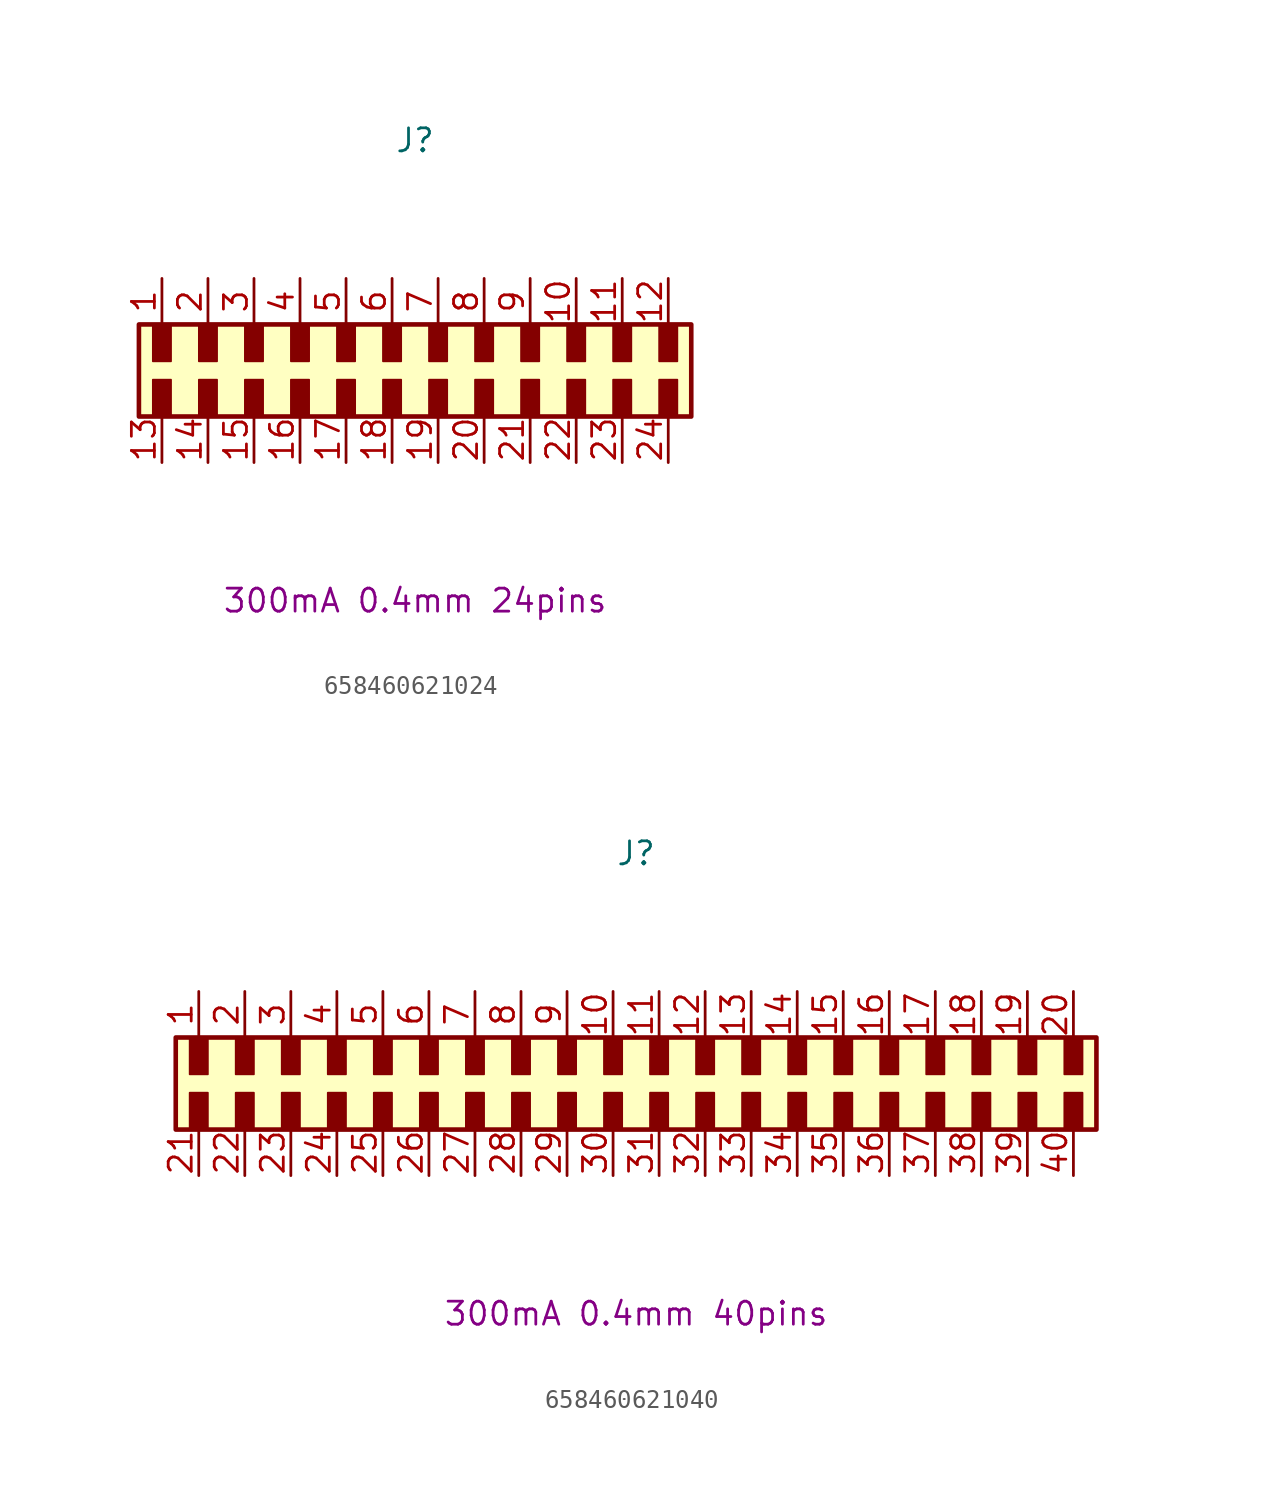
<source format=kicad_sym>
(kicad_symbol_lib
  (version 20241209)
  (generator "kicad_symbol_editor")
  (generator_version "9.0")
  (symbol "658460621024"
    (pin_names
      (hide yes))
    (property "Reference" "J"
      (at 0 12.7 0)
      (effects (font (size 1.27 1.27))))
    (property "Critical Parameter" "300mA 0.4mm 24pins"
      (at 0 -12.7 0)
      (effects (font (size 1.27 1.27))))
    (symbol "658460621024_0_1"
      (rectangle (start -15.24 2.54) (end 15.24 -2.54) (stroke (width 0.254) (type default)) (fill (type background)))
      (rectangle (start -14.47 0.508) (end -13.47 2.54) (stroke (width 0.1) (type default)) (fill (type outline)))
      (rectangle (start -14.47 -0.508) (end -13.47 -2.54) (stroke (width 0.1) (type default)) (fill (type outline)))
      (rectangle (start -11.93 0.508) (end -10.93 2.54) (stroke (width 0.1) (type default)) (fill (type outline)))
      (rectangle (start -11.93 -0.508) (end -10.93 -2.54) (stroke (width 0.1) (type default)) (fill (type outline)))
      (rectangle (start -9.39 0.508) (end -8.39 2.54) (stroke (width 0.1) (type default)) (fill (type outline)))
      (rectangle (start -9.39 -0.508) (end -8.39 -2.54) (stroke (width 0.1) (type default)) (fill (type outline)))
      (rectangle (start -6.85 0.508) (end -5.85 2.54) (stroke (width 0.1) (type default)) (fill (type outline)))
      (rectangle (start -6.85 -0.508) (end -5.85 -2.54) (stroke (width 0.1) (type default)) (fill (type outline)))
      (rectangle (start -4.31 0.508) (end -3.31 2.54) (stroke (width 0.1) (type default)) (fill (type outline)))
      (rectangle (start -4.31 -0.508) (end -3.31 -2.54) (stroke (width 0.1) (type default)) (fill (type outline)))
      (rectangle (start -1.77 0.508) (end -0.77 2.54) (stroke (width 0.1) (type default)) (fill (type outline)))
      (rectangle (start -1.77 -0.508) (end -0.77 -2.54) (stroke (width 0.1) (type default)) (fill (type outline)))
      (rectangle (start 0.77 0.508) (end 1.77 2.54) (stroke (width 0.1) (type default)) (fill (type outline)))
      (rectangle (start 0.77 -0.508) (end 1.77 -2.54) (stroke (width 0.1) (type default)) (fill (type outline)))
      (rectangle (start 3.31 0.508) (end 4.31 2.54) (stroke (width 0.1) (type default)) (fill (type outline)))
      (rectangle (start 3.31 -0.508) (end 4.31 -2.54) (stroke (width 0.1) (type default)) (fill (type outline)))
      (rectangle (start 5.85 0.508) (end 6.85 2.54) (stroke (width 0.1) (type default)) (fill (type outline)))
      (rectangle (start 5.85 -0.508) (end 6.85 -2.54) (stroke (width 0.1) (type default)) (fill (type outline)))
      (rectangle (start 8.39 0.508) (end 9.39 2.54) (stroke (width 0.1) (type default)) (fill (type outline)))
      (rectangle (start 8.39 -0.508) (end 9.39 -2.54) (stroke (width 0.1) (type default)) (fill (type outline)))
      (rectangle (start 10.93 0.508) (end 11.93 2.54) (stroke (width 0.1) (type default)) (fill (type outline)))
      (rectangle (start 10.93 -0.508) (end 11.93 -2.54) (stroke (width 0.1) (type default)) (fill (type outline)))
      (rectangle (start 13.47 0.508) (end 14.47 2.54) (stroke (width 0.1) (type default)) (fill (type outline)))
      (rectangle (start 13.47 -0.508) (end 14.47 -2.54) (stroke (width 0.1) (type default)) (fill (type outline))))
    (symbol "658460621024_1_1"
      (pin passive line (at -13.97 5.08 270) (length 2.54) (name "1" (effects (font (size 1.27 1.27)))) (number "1" (effects (font (size 1.27 1.27)))))
      (pin passive line (at -13.97 -5.08 90) (length 2.54) (name "13" (effects (font (size 1.27 1.27)))) (number "13" (effects (font (size 1.27 1.27)))))
      (pin passive line (at -11.43 5.08 270) (length 2.54) (name "2" (effects (font (size 1.27 1.27)))) (number "2" (effects (font (size 1.27 1.27)))))
      (pin passive line (at -11.43 -5.08 90) (length 2.54) (name "14" (effects (font (size 1.27 1.27)))) (number "14" (effects (font (size 1.27 1.27)))))
      (pin passive line (at -8.89 5.08 270) (length 2.54) (name "3" (effects (font (size 1.27 1.27)))) (number "3" (effects (font (size 1.27 1.27)))))
      (pin passive line (at -8.89 -5.08 90) (length 2.54) (name "15" (effects (font (size 1.27 1.27)))) (number "15" (effects (font (size 1.27 1.27)))))
      (pin passive line (at -6.35 5.08 270) (length 2.54) (name "4" (effects (font (size 1.27 1.27)))) (number "4" (effects (font (size 1.27 1.27)))))
      (pin passive line (at -6.35 -5.08 90) (length 2.54) (name "16" (effects (font (size 1.27 1.27)))) (number "16" (effects (font (size 1.27 1.27)))))
      (pin passive line (at -3.81 5.08 270) (length 2.54) (name "5" (effects (font (size 1.27 1.27)))) (number "5" (effects (font (size 1.27 1.27)))))
      (pin passive line (at -3.81 -5.08 90) (length 2.54) (name "17" (effects (font (size 1.27 1.27)))) (number "17" (effects (font (size 1.27 1.27)))))
      (pin passive line (at -1.27 5.08 270) (length 2.54) (name "6" (effects (font (size 1.27 1.27)))) (number "6" (effects (font (size 1.27 1.27)))))
      (pin passive line (at -1.27 -5.08 90) (length 2.54) (name "18" (effects (font (size 1.27 1.27)))) (number "18" (effects (font (size 1.27 1.27)))))
      (pin passive line (at 1.27 5.08 270) (length 2.54) (name "7" (effects (font (size 1.27 1.27)))) (number "7" (effects (font (size 1.27 1.27)))))
      (pin passive line (at 1.27 -5.08 90) (length 2.54) (name "19" (effects (font (size 1.27 1.27)))) (number "19" (effects (font (size 1.27 1.27)))))
      (pin passive line (at 3.81 5.08 270) (length 2.54) (name "8" (effects (font (size 1.27 1.27)))) (number "8" (effects (font (size 1.27 1.27)))))
      (pin passive line (at 3.81 -5.08 90) (length 2.54) (name "20" (effects (font (size 1.27 1.27)))) (number "20" (effects (font (size 1.27 1.27)))))
      (pin passive line (at 6.35 5.08 270) (length 2.54) (name "9" (effects (font (size 1.27 1.27)))) (number "9" (effects (font (size 1.27 1.27)))))
      (pin passive line (at 6.35 -5.08 90) (length 2.54) (name "21" (effects (font (size 1.27 1.27)))) (number "21" (effects (font (size 1.27 1.27)))))
      (pin passive line (at 8.89 5.08 270) (length 2.54) (name "10" (effects (font (size 1.27 1.27)))) (number "10" (effects (font (size 1.27 1.27)))))
      (pin passive line (at 8.89 -5.08 90) (length 2.54) (name "22" (effects (font (size 1.27 1.27)))) (number "22" (effects (font (size 1.27 1.27)))))
      (pin passive line (at 11.43 5.08 270) (length 2.54) (name "11" (effects (font (size 1.27 1.27)))) (number "11" (effects (font (size 1.27 1.27)))))
      (pin passive line (at 11.43 -5.08 90) (length 2.54) (name "23" (effects (font (size 1.27 1.27)))) (number "23" (effects (font (size 1.27 1.27)))))
      (pin passive line (at 13.97 5.08 270) (length 2.54) (name "12" (effects (font (size 1.27 1.27)))) (number "12" (effects (font (size 1.27 1.27)))))
      (pin passive line (at 13.97 -5.08 90) (length 2.54) (name "24" (effects (font (size 1.27 1.27)))) (number "24" (effects (font (size 1.27 1.27)))))))
  (symbol "658460621040"
    (pin_names
      (hide yes))
    (property "Reference" "J"
      (at 0 12.7 0)
      (effects (font (size 1.27 1.27))))
    (property "Critical Parameter" "300mA 0.4mm 40pins"
      (at 0 -12.7 0)
      (effects (font (size 1.27 1.27))))
    (symbol "658460621040_0_1"
      (rectangle (start -25.4 2.54) (end 25.4 -2.54) (stroke (width 0.254) (type default)) (fill (type background)))
      (rectangle (start -24.63 0.508) (end -23.63 2.54) (stroke (width 0.1) (type default)) (fill (type outline)))
      (rectangle (start -24.63 -0.508) (end -23.63 -2.54) (stroke (width 0.1) (type default)) (fill (type outline)))
      (rectangle (start -22.09 0.508) (end -21.09 2.54) (stroke (width 0.1) (type default)) (fill (type outline)))
      (rectangle (start -22.09 -0.508) (end -21.09 -2.54) (stroke (width 0.1) (type default)) (fill (type outline)))
      (rectangle (start -19.55 0.508) (end -18.55 2.54) (stroke (width 0.1) (type default)) (fill (type outline)))
      (rectangle (start -19.55 -0.508) (end -18.55 -2.54) (stroke (width 0.1) (type default)) (fill (type outline)))
      (rectangle (start -17.01 0.508) (end -16.01 2.54) (stroke (width 0.1) (type default)) (fill (type outline)))
      (rectangle (start -17.01 -0.508) (end -16.01 -2.54) (stroke (width 0.1) (type default)) (fill (type outline)))
      (rectangle (start -14.47 0.508) (end -13.47 2.54) (stroke (width 0.1) (type default)) (fill (type outline)))
      (rectangle (start -14.47 -0.508) (end -13.47 -2.54) (stroke (width 0.1) (type default)) (fill (type outline)))
      (rectangle (start -11.93 0.508) (end -10.93 2.54) (stroke (width 0.1) (type default)) (fill (type outline)))
      (rectangle (start -11.93 -0.508) (end -10.93 -2.54) (stroke (width 0.1) (type default)) (fill (type outline)))
      (rectangle (start -9.39 0.508) (end -8.39 2.54) (stroke (width 0.1) (type default)) (fill (type outline)))
      (rectangle (start -9.39 -0.508) (end -8.39 -2.54) (stroke (width 0.1) (type default)) (fill (type outline)))
      (rectangle (start -6.85 0.508) (end -5.85 2.54) (stroke (width 0.1) (type default)) (fill (type outline)))
      (rectangle (start -6.85 -0.508) (end -5.85 -2.54) (stroke (width 0.1) (type default)) (fill (type outline)))
      (rectangle (start -4.31 0.508) (end -3.31 2.54) (stroke (width 0.1) (type default)) (fill (type outline)))
      (rectangle (start -4.31 -0.508) (end -3.31 -2.54) (stroke (width 0.1) (type default)) (fill (type outline)))
      (rectangle (start -1.77 0.508) (end -0.77 2.54) (stroke (width 0.1) (type default)) (fill (type outline)))
      (rectangle (start -1.77 -0.508) (end -0.77 -2.54) (stroke (width 0.1) (type default)) (fill (type outline)))
      (rectangle (start 0.77 0.508) (end 1.77 2.54) (stroke (width 0.1) (type default)) (fill (type outline)))
      (rectangle (start 0.77 -0.508) (end 1.77 -2.54) (stroke (width 0.1) (type default)) (fill (type outline)))
      (rectangle (start 3.31 0.508) (end 4.31 2.54) (stroke (width 0.1) (type default)) (fill (type outline)))
      (rectangle (start 3.31 -0.508) (end 4.31 -2.54) (stroke (width 0.1) (type default)) (fill (type outline)))
      (rectangle (start 5.85 0.508) (end 6.85 2.54) (stroke (width 0.1) (type default)) (fill (type outline)))
      (rectangle (start 5.85 -0.508) (end 6.85 -2.54) (stroke (width 0.1) (type default)) (fill (type outline)))
      (rectangle (start 8.39 0.508) (end 9.39 2.54) (stroke (width 0.1) (type default)) (fill (type outline)))
      (rectangle (start 8.39 -0.508) (end 9.39 -2.54) (stroke (width 0.1) (type default)) (fill (type outline)))
      (rectangle (start 10.93 0.508) (end 11.93 2.54) (stroke (width 0.1) (type default)) (fill (type outline)))
      (rectangle (start 10.93 -0.508) (end 11.93 -2.54) (stroke (width 0.1) (type default)) (fill (type outline)))
      (rectangle (start 13.47 0.508) (end 14.47 2.54) (stroke (width 0.1) (type default)) (fill (type outline)))
      (rectangle (start 13.47 -0.508) (end 14.47 -2.54) (stroke (width 0.1) (type default)) (fill (type outline)))
      (rectangle (start 16.01 0.508) (end 17.01 2.54) (stroke (width 0.1) (type default)) (fill (type outline)))
      (rectangle (start 16.01 -0.508) (end 17.01 -2.54) (stroke (width 0.1) (type default)) (fill (type outline)))
      (rectangle (start 18.55 0.508) (end 19.55 2.54) (stroke (width 0.1) (type default)) (fill (type outline)))
      (rectangle (start 18.55 -0.508) (end 19.55 -2.54) (stroke (width 0.1) (type default)) (fill (type outline)))
      (rectangle (start 21.09 0.508) (end 22.09 2.54) (stroke (width 0.1) (type default)) (fill (type outline)))
      (rectangle (start 21.09 -0.508) (end 22.09 -2.54) (stroke (width 0.1) (type default)) (fill (type outline)))
      (rectangle (start 23.63 0.508) (end 24.63 2.54) (stroke (width 0.1) (type default)) (fill (type outline)))
      (rectangle (start 23.63 -0.508) (end 24.63 -2.54) (stroke (width 0.1) (type default)) (fill (type outline))))
    (symbol "658460621040_1_1"
      (pin passive line (at -24.13 5.08 270) (length 2.54) (name "1" (effects (font (size 1.27 1.27)))) (number "1" (effects (font (size 1.27 1.27)))))
      (pin passive line (at -24.13 -5.08 90) (length 2.54) (name "21" (effects (font (size 1.27 1.27)))) (number "21" (effects (font (size 1.27 1.27)))))
      (pin passive line (at -21.59 5.08 270) (length 2.54) (name "2" (effects (font (size 1.27 1.27)))) (number "2" (effects (font (size 1.27 1.27)))))
      (pin passive line (at -21.59 -5.08 90) (length 2.54) (name "22" (effects (font (size 1.27 1.27)))) (number "22" (effects (font (size 1.27 1.27)))))
      (pin passive line (at -19.05 5.08 270) (length 2.54) (name "3" (effects (font (size 1.27 1.27)))) (number "3" (effects (font (size 1.27 1.27)))))
      (pin passive line (at -19.05 -5.08 90) (length 2.54) (name "23" (effects (font (size 1.27 1.27)))) (number "23" (effects (font (size 1.27 1.27)))))
      (pin passive line (at -16.51 5.08 270) (length 2.54) (name "4" (effects (font (size 1.27 1.27)))) (number "4" (effects (font (size 1.27 1.27)))))
      (pin passive line (at -16.51 -5.08 90) (length 2.54) (name "24" (effects (font (size 1.27 1.27)))) (number "24" (effects (font (size 1.27 1.27)))))
      (pin passive line (at -13.97 5.08 270) (length 2.54) (name "5" (effects (font (size 1.27 1.27)))) (number "5" (effects (font (size 1.27 1.27)))))
      (pin passive line (at -13.97 -5.08 90) (length 2.54) (name "25" (effects (font (size 1.27 1.27)))) (number "25" (effects (font (size 1.27 1.27)))))
      (pin passive line (at -11.43 5.08 270) (length 2.54) (name "6" (effects (font (size 1.27 1.27)))) (number "6" (effects (font (size 1.27 1.27)))))
      (pin passive line (at -11.43 -5.08 90) (length 2.54) (name "26" (effects (font (size 1.27 1.27)))) (number "26" (effects (font (size 1.27 1.27)))))
      (pin passive line (at -8.89 5.08 270) (length 2.54) (name "7" (effects (font (size 1.27 1.27)))) (number "7" (effects (font (size 1.27 1.27)))))
      (pin passive line (at -8.89 -5.08 90) (length 2.54) (name "27" (effects (font (size 1.27 1.27)))) (number "27" (effects (font (size 1.27 1.27)))))
      (pin passive line (at -6.35 5.08 270) (length 2.54) (name "8" (effects (font (size 1.27 1.27)))) (number "8" (effects (font (size 1.27 1.27)))))
      (pin passive line (at -6.35 -5.08 90) (length 2.54) (name "28" (effects (font (size 1.27 1.27)))) (number "28" (effects (font (size 1.27 1.27)))))
      (pin passive line (at -3.81 5.08 270) (length 2.54) (name "9" (effects (font (size 1.27 1.27)))) (number "9" (effects (font (size 1.27 1.27)))))
      (pin passive line (at -3.81 -5.08 90) (length 2.54) (name "29" (effects (font (size 1.27 1.27)))) (number "29" (effects (font (size 1.27 1.27)))))
      (pin passive line (at -1.27 5.08 270) (length 2.54) (name "10" (effects (font (size 1.27 1.27)))) (number "10" (effects (font (size 1.27 1.27)))))
      (pin passive line (at -1.27 -5.08 90) (length 2.54) (name "30" (effects (font (size 1.27 1.27)))) (number "30" (effects (font (size 1.27 1.27)))))
      (pin passive line (at 1.27 5.08 270) (length 2.54) (name "11" (effects (font (size 1.27 1.27)))) (number "11" (effects (font (size 1.27 1.27)))))
      (pin passive line (at 1.27 -5.08 90) (length 2.54) (name "31" (effects (font (size 1.27 1.27)))) (number "31" (effects (font (size 1.27 1.27)))))
      (pin passive line (at 3.81 5.08 270) (length 2.54) (name "12" (effects (font (size 1.27 1.27)))) (number "12" (effects (font (size 1.27 1.27)))))
      (pin passive line (at 3.81 -5.08 90) (length 2.54) (name "32" (effects (font (size 1.27 1.27)))) (number "32" (effects (font (size 1.27 1.27)))))
      (pin passive line (at 6.35 5.08 270) (length 2.54) (name "13" (effects (font (size 1.27 1.27)))) (number "13" (effects (font (size 1.27 1.27)))))
      (pin passive line (at 6.35 -5.08 90) (length 2.54) (name "33" (effects (font (size 1.27 1.27)))) (number "33" (effects (font (size 1.27 1.27)))))
      (pin passive line (at 8.89 5.08 270) (length 2.54) (name "14" (effects (font (size 1.27 1.27)))) (number "14" (effects (font (size 1.27 1.27)))))
      (pin passive line (at 8.89 -5.08 90) (length 2.54) (name "34" (effects (font (size 1.27 1.27)))) (number "34" (effects (font (size 1.27 1.27)))))
      (pin passive line (at 11.43 5.08 270) (length 2.54) (name "15" (effects (font (size 1.27 1.27)))) (number "15" (effects (font (size 1.27 1.27)))))
      (pin passive line (at 11.43 -5.08 90) (length 2.54) (name "35" (effects (font (size 1.27 1.27)))) (number "35" (effects (font (size 1.27 1.27)))))
      (pin passive line (at 13.97 5.08 270) (length 2.54) (name "16" (effects (font (size 1.27 1.27)))) (number "16" (effects (font (size 1.27 1.27)))))
      (pin passive line (at 13.97 -5.08 90) (length 2.54) (name "36" (effects (font (size 1.27 1.27)))) (number "36" (effects (font (size 1.27 1.27)))))
      (pin passive line (at 16.51 5.08 270) (length 2.54) (name "17" (effects (font (size 1.27 1.27)))) (number "17" (effects (font (size 1.27 1.27)))))
      (pin passive line (at 16.51 -5.08 90) (length 2.54) (name "37" (effects (font (size 1.27 1.27)))) (number "37" (effects (font (size 1.27 1.27)))))
      (pin passive line (at 19.05 5.08 270) (length 2.54) (name "18" (effects (font (size 1.27 1.27)))) (number "18" (effects (font (size 1.27 1.27)))))
      (pin passive line (at 19.05 -5.08 90) (length 2.54) (name "38" (effects (font (size 1.27 1.27)))) (number "38" (effects (font (size 1.27 1.27)))))
      (pin passive line (at 21.59 5.08 270) (length 2.54) (name "19" (effects (font (size 1.27 1.27)))) (number "19" (effects (font (size 1.27 1.27)))))
      (pin passive line (at 21.59 -5.08 90) (length 2.54) (name "39" (effects (font (size 1.27 1.27)))) (number "39" (effects (font (size 1.27 1.27)))))
      (pin passive line (at 24.13 5.08 270) (length 2.54) (name "20" (effects (font (size 1.27 1.27)))) (number "20" (effects (font (size 1.27 1.27)))))
      (pin passive line (at 24.13 -5.08 90) (length 2.54) (name "40" (effects (font (size 1.27 1.27)))) (number "40" (effects (font (size 1.27 1.27))))))))
</source>
